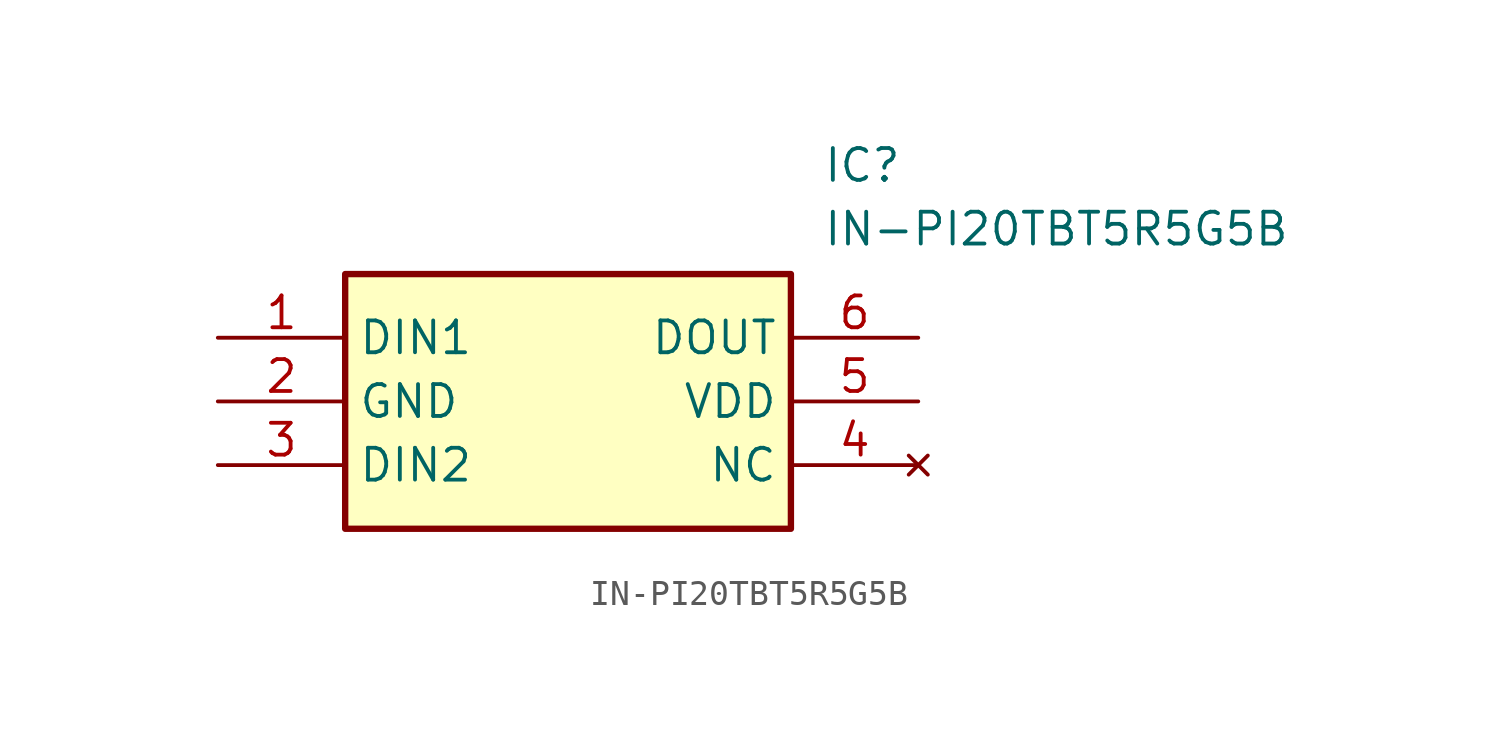
<source format=kicad_sym>
(kicad_symbol_lib
  (version 20211014)
  (generator SamacSys_ECAD_Model)
  (symbol "IN-PI20TBT5R5G5B"
    (property "Reference" "IC"
      (at 24.13 7.62 0)
      (effects (font (size 1.27 1.27)) (justify left top)))
    (property "Value" "IN-PI20TBT5R5G5B"
      (at 24.13 5.08 0)
      (effects (font (size 1.27 1.27)) (justify left top)))
    (rectangle
      (start 5.08 2.54)
      (end 22.86 -7.62)
      (stroke (width 0.254) (type default))
      (fill (type background)))
    (pin passive line
      (at 0 0 0)
      (length 5.08)
      (name "DIN1" (effects (font (size 1.27 1.27))))
      (number "1" (effects (font (size 1.27 1.27)))))
    (pin passive line
      (at 0 -2.54 0)
      (length 5.08)
      (name "GND" (effects (font (size 1.27 1.27))))
      (number "2" (effects (font (size 1.27 1.27)))))
    (pin passive line
      (at 0 -5.08 0)
      (length 5.08)
      (name "DIN2" (effects (font (size 1.27 1.27))))
      (number "3" (effects (font (size 1.27 1.27)))))
    (pin no_connect line
      (at 27.94 -5.08 180)
      (length 5.08)
      (name "NC" (effects (font (size 1.27 1.27))))
      (number "4" (effects (font (size 1.27 1.27)))))
    (pin passive line
      (at 27.94 -2.54 180)
      (length 5.08)
      (name "VDD" (effects (font (size 1.27 1.27))))
      (number "5" (effects (font (size 1.27 1.27)))))
    (pin passive line
      (at 27.94 0 180)
      (length 5.08)
      (name "DOUT" (effects (font (size 1.27 1.27))))
      (number "6" (effects (font (size 1.27 1.27)))))))
</source>
